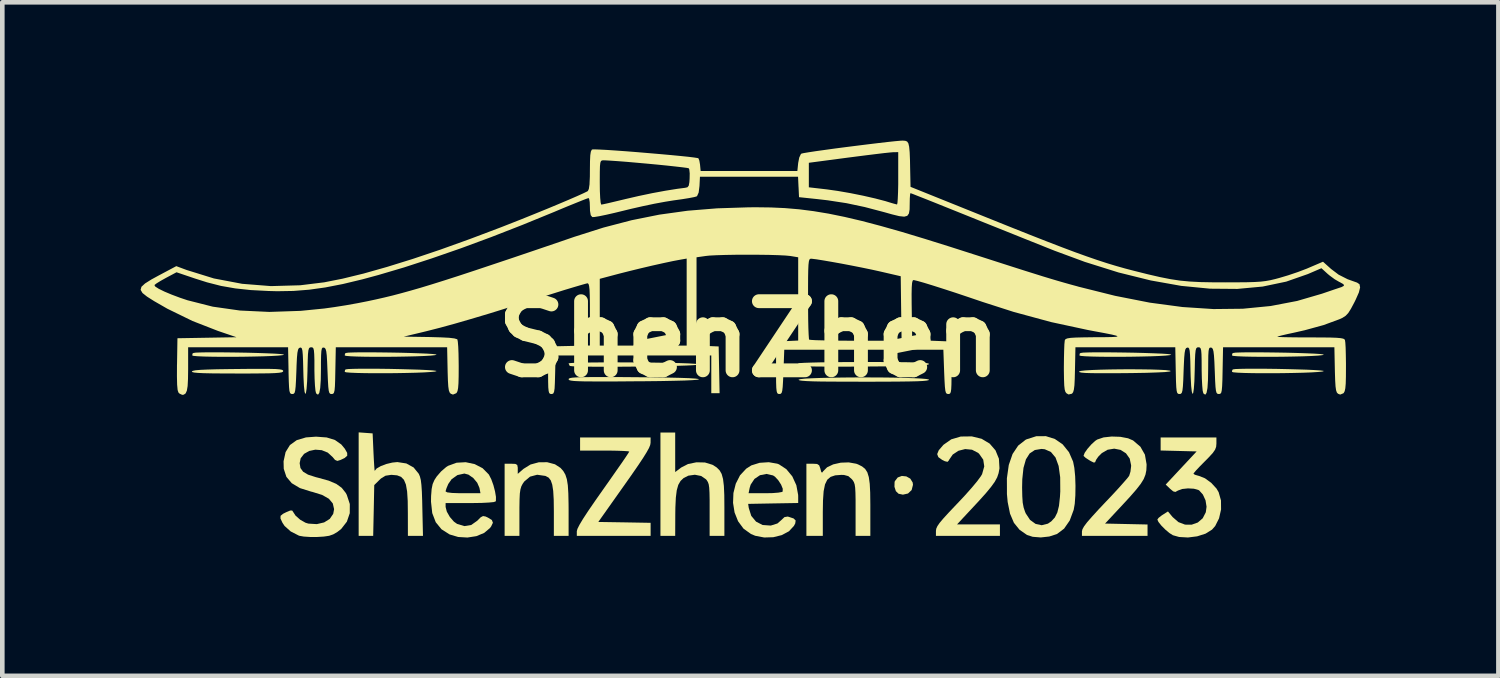
<source format=kicad_pcb>
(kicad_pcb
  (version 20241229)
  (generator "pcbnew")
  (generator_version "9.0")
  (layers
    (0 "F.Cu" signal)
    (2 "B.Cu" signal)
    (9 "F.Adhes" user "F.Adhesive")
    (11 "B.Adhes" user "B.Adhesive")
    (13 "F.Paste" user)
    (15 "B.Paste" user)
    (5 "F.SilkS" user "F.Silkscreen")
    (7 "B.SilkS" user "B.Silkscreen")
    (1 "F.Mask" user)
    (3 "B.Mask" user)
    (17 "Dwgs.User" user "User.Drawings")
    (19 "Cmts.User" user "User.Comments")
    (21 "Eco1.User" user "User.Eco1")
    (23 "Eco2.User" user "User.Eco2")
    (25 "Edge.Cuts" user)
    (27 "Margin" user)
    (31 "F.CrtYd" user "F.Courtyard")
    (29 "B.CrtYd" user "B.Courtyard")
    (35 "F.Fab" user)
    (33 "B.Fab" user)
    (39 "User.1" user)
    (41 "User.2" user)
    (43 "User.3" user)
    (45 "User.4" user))
  (footprint "ShenZhen"
    (layer "F.Cu")
    (at 13.197 4.305)
    (property "Reference" "ShenZhen" (at 0 0 0) (layer "F.SilkS") (effects (font (size 1.5 1.5) (thickness 0.3))))
    (attr board_only exclude_from_pos_files exclude_from_bom)
    (fp_poly (pts (xy 3.413 2.979) (xy 3.498 3.027) (xy 3.55 3.11) (xy 3.557 3.161) (xy 3.528 3.275) (xy 3.449 3.35) (xy 3.339 3.375) (xy 3.244 3.355) (xy 3.186 3.299) (xy 3.155 3.204) (xy 3.158 3.102) (xy 3.164 3.082) (xy 3.226 3.002) (xy 3.315 2.969)) (stroke (width 0) (type solid)) (fill yes) (layer "F.SilkS"))
    (fp_poly (pts (xy 8.518 0.657) (xy 8.725 0.66) (xy 8.902 0.666) (xy 9.04 0.673) (xy 9.126 0.684) (xy 9.151 0.694) (xy 9.119 0.705) (xy 9.019 0.716) (xy 8.851 0.724) (xy 8.62 0.732) (xy 8.328 0.737) (xy 8.152 0.739) (xy 7.848 0.741) (xy 7.609 0.741) (xy 7.428 0.739) (xy 7.298 0.735) (xy 7.215 0.728) (xy 7.17 0.718) (xy 7.159 0.705) (xy 7.159 0.703) (xy 7.197 0.691) (xy 7.295 0.68) (xy 7.442 0.671) (xy 7.626 0.664) (xy 7.837 0.659) (xy 8.064 0.656) (xy 8.294 0.655)) (stroke (width 0) (type solid)) (fill yes) (layer "F.SilkS"))
    (fp_poly (pts (xy -11.327 0.289) (xy -11.101 0.292) (xy -10.873 0.296) (xy -10.654 0.302) (xy -10.456 0.309) (xy -10.29 0.316) (xy -10.167 0.324) (xy -10.097 0.333) (xy -10.085 0.338) (xy -10.119 0.349) (xy -10.213 0.359) (xy -10.356 0.367) (xy -10.537 0.374) (xy -10.746 0.379) (xy -10.971 0.383) (xy -11.201 0.385) (xy -11.425 0.385) (xy -11.633 0.383) (xy -11.813 0.379) (xy -11.954 0.373) (xy -12.046 0.365) (xy -12.077 0.356) (xy -12.071 0.314) (xy -12.052 0.302) (xy -11.999 0.294) (xy -11.888 0.29) (xy -11.732 0.287) (xy -11.542 0.287)) (stroke (width 0) (type solid)) (fill yes) (layer "F.SilkS"))
    (fp_poly (pts (xy -8.019 0.289) (xy -7.792 0.292) (xy -7.564 0.296) (xy -7.346 0.302) (xy -7.148 0.309) (xy -6.982 0.316) (xy -6.858 0.324) (xy -6.788 0.333) (xy -6.777 0.338) (xy -6.811 0.349) (xy -6.905 0.359) (xy -7.048 0.367) (xy -7.229 0.374) (xy -7.437 0.379) (xy -7.662 0.383) (xy -7.892 0.385) (xy -8.117 0.385) (xy -8.324 0.383) (xy -8.505 0.379) (xy -8.646 0.373) (xy -8.738 0.365) (xy -8.769 0.356) (xy -8.763 0.314) (xy -8.744 0.302) (xy -8.69 0.294) (xy -8.58 0.29) (xy -8.424 0.287) (xy -8.233 0.287)) (stroke (width 0) (type solid)) (fill yes) (layer "F.SilkS"))
    (fp_poly (pts (xy -8.019 0.644) (xy -7.792 0.647) (xy -7.564 0.652) (xy -7.346 0.658) (xy -7.148 0.664) (xy -6.982 0.672) (xy -6.858 0.68) (xy -6.788 0.689) (xy -6.777 0.694) (xy -6.811 0.705) (xy -6.905 0.714) (xy -7.048 0.723) (xy -7.229 0.73) (xy -7.437 0.735) (xy -7.662 0.739) (xy -7.892 0.741) (xy -8.117 0.741) (xy -8.324 0.739) (xy -8.505 0.735) (xy -8.646 0.729) (xy -8.738 0.721) (xy -8.769 0.712) (xy -8.763 0.669) (xy -8.744 0.657) (xy -8.69 0.65) (xy -8.58 0.646) (xy -8.424 0.643) (xy -8.233 0.643)) (stroke (width 0) (type solid)) (fill yes) (layer "F.SilkS"))
    (fp_poly (pts (xy 7.918 0.289) (xy 8.145 0.292) (xy 8.373 0.296) (xy 8.591 0.302) (xy 8.789 0.309) (xy 8.956 0.316) (xy 9.079 0.324) (xy 9.149 0.333) (xy 9.16 0.338) (xy 9.127 0.349) (xy 9.033 0.359) (xy 8.89 0.367) (xy 8.708 0.374) (xy 8.5 0.379) (xy 8.275 0.383) (xy 8.045 0.385) (xy 7.821 0.385) (xy 7.613 0.383) (xy 7.433 0.379) (xy 7.291 0.373) (xy 7.199 0.365) (xy 7.168 0.356) (xy 7.174 0.314) (xy 7.193 0.302) (xy 7.247 0.294) (xy 7.357 0.29) (xy 7.513 0.287) (xy 7.704 0.287)) (stroke (width 0) (type solid)) (fill yes) (layer "F.SilkS"))
    (fp_poly (pts (xy 11.227 0.289) (xy 11.453 0.292) (xy 11.681 0.296) (xy 11.9 0.302) (xy 12.098 0.309) (xy 12.264 0.316) (xy 12.387 0.324) (xy 12.457 0.333) (xy 12.469 0.338) (xy 12.435 0.349) (xy 12.341 0.359) (xy 12.198 0.367) (xy 12.017 0.374) (xy 11.808 0.379) (xy 11.583 0.383) (xy 11.353 0.385) (xy 11.129 0.385) (xy 10.921 0.383) (xy 10.741 0.379) (xy 10.6 0.373) (xy 10.508 0.365) (xy 10.477 0.356) (xy 10.483 0.314) (xy 10.502 0.302) (xy 10.555 0.294) (xy 10.666 0.29) (xy 10.822 0.287) (xy 11.012 0.287)) (stroke (width 0) (type solid)) (fill yes) (layer "F.SilkS"))
    (fp_poly (pts (xy 11.227 0.644) (xy 11.453 0.647) (xy 11.681 0.652) (xy 11.9 0.658) (xy 12.098 0.664) (xy 12.264 0.672) (xy 12.387 0.68) (xy 12.457 0.689) (xy 12.469 0.694) (xy 12.435 0.705) (xy 12.341 0.714) (xy 12.198 0.723) (xy 12.017 0.73) (xy 11.808 0.735) (xy 11.583 0.739) (xy 11.353 0.741) (xy 11.129 0.741) (xy 10.921 0.739) (xy 10.741 0.735) (xy 10.6 0.729) (xy 10.508 0.721) (xy 10.477 0.712) (xy 10.483 0.669) (xy 10.502 0.657) (xy 10.555 0.65) (xy 10.666 0.646) (xy 10.822 0.643) (xy 11.012 0.643)) (stroke (width 0) (type solid)) (fill yes) (layer "F.SilkS"))
    (fp_poly (pts (xy -10.391 0.647) (xy -10.266 0.65) (xy -10.183 0.657) (xy -10.133 0.666) (xy -10.109 0.679) (xy -10.103 0.693) (xy -10.111 0.709) (xy -10.138 0.722) (xy -10.193 0.731) (xy -10.283 0.738) (xy -10.414 0.743) (xy -10.596 0.745) (xy -10.834 0.747) (xy -11.102 0.747) (xy -11.406 0.746) (xy -11.645 0.744) (xy -11.826 0.74) (xy -11.954 0.734) (xy -12.036 0.726) (xy -12.078 0.715) (xy -12.086 0.703) (xy -12.064 0.689) (xy -12.005 0.677) (xy -11.901 0.668) (xy -11.748 0.661) (xy -11.539 0.655) (xy -11.268 0.651) (xy -11.087 0.649) (xy -10.794 0.646) (xy -10.565 0.646)) (stroke (width 0) (type solid)) (fill yes) (layer "F.SilkS"))
    (fp_poly (pts (xy -2.602 0.506) (xy -2.499 0.507) (xy -2.107 0.51) (xy -1.776 0.515) (xy -1.507 0.521) (xy -1.303 0.528) (xy -1.164 0.537) (xy -1.094 0.546) (xy -1.085 0.551) (xy -1.119 0.559) (xy -1.215 0.567) (xy -1.364 0.574) (xy -1.556 0.58) (xy -1.782 0.586) (xy -2.033 0.59) (xy -2.299 0.594) (xy -2.572 0.598) (xy -2.842 0.6) (xy -3.1 0.6) (xy -3.337 0.6) (xy -3.543 0.598) (xy -3.709 0.595) (xy -3.826 0.59) (xy -3.884 0.583) (xy -3.889 0.581) (xy -3.913 0.53) (xy -3.913 0.527) (xy -3.879 0.521) (xy -3.781 0.515) (xy -3.627 0.511) (xy -3.425 0.508) (xy -3.181 0.506) (xy -2.904 0.505)) (stroke (width 0) (type solid)) (fill yes) (layer "F.SilkS"))
    (fp_poly (pts (xy -3.023 0.824) (xy -2.701 0.825) (xy -2.499 0.827) (xy -2.107 0.83) (xy -1.776 0.835) (xy -1.507 0.841) (xy -1.303 0.848) (xy -1.164 0.857) (xy -1.094 0.866) (xy -1.085 0.872) (xy -1.12 0.882) (xy -1.225 0.891) (xy -1.396 0.899) (xy -1.633 0.905) (xy -1.933 0.911) (xy -2.295 0.915) (xy -2.499 0.916) (xy -2.857 0.919) (xy -3.149 0.92) (xy -3.383 0.919) (xy -3.565 0.918) (xy -3.701 0.914) (xy -3.797 0.909) (xy -3.86 0.901) (xy -3.896 0.892) (xy -3.911 0.879) (xy -3.913 0.872) (xy -3.907 0.858) (xy -3.883 0.847) (xy -3.835 0.838) (xy -3.758 0.832) (xy -3.644 0.827) (xy -3.488 0.825) (xy -3.283 0.824)) (stroke (width 0) (type solid)) (fill yes) (layer "F.SilkS"))
    (fp_poly (pts (xy 2.863 0.833) (xy 3.122 0.836) (xy 3.359 0.841) (xy 3.565 0.848) (xy 3.73 0.856) (xy 3.845 0.866) (xy 3.901 0.877) (xy 3.904 0.88) (xy 3.894 0.892) (xy 3.852 0.901) (xy 3.773 0.909) (xy 3.651 0.915) (xy 3.482 0.919) (xy 3.259 0.922) (xy 2.977 0.924) (xy 2.632 0.925) (xy 2.49 0.925) (xy 2.12 0.924) (xy 1.816 0.923) (xy 1.573 0.921) (xy 1.385 0.917) (xy 1.246 0.911) (xy 1.152 0.904) (xy 1.097 0.896) (xy 1.076 0.885) (xy 1.076 0.88) (xy 1.114 0.869) (xy 1.214 0.858) (xy 1.367 0.85) (xy 1.563 0.843) (xy 1.792 0.838) (xy 2.046 0.834) (xy 2.316 0.832) (xy 2.591 0.832)) (stroke (width 0) (type solid)) (fill yes) (layer "F.SilkS"))
    (fp_poly (pts (xy 2.863 0.498) (xy 3.166 0.5) (xy 3.409 0.502) (xy 3.597 0.506) (xy 3.735 0.512) (xy 3.829 0.519) (xy 3.883 0.527) (xy 3.904 0.538) (xy 3.904 0.543) (xy 3.885 0.554) (xy 3.83 0.564) (xy 3.737 0.573) (xy 3.598 0.58) (xy 3.409 0.585) (xy 3.165 0.59) (xy 2.859 0.593) (xy 2.502 0.596) (xy 2.195 0.598) (xy 1.91 0.598) (xy 1.655 0.597) (xy 1.439 0.595) (xy 1.268 0.592) (xy 1.15 0.588) (xy 1.095 0.583) (xy 1.091 0.581) (xy 1.067 0.531) (xy 1.067 0.528) (xy 1.102 0.521) (xy 1.199 0.515) (xy 1.354 0.51) (xy 1.556 0.505) (xy 1.8 0.502) (xy 2.077 0.499) (xy 2.38 0.498) (xy 2.493 0.498)) (stroke (width 0) (type solid)) (fill yes) (layer "F.SilkS"))
    (fp_poly (pts (xy -2.135 2.25) (xy -2.143 2.298) (xy -2.17 2.364) (xy -2.221 2.456) (xy -2.298 2.58) (xy -2.406 2.742) (xy -2.549 2.949) (xy -2.702 3.166) (xy -3.269 3.967) (xy -2.702 3.976) (xy -2.134 3.986) (xy -2.134 4.127) (xy -2.134 4.269) (xy -2.935 4.269) (xy -3.735 4.269) (xy -3.735 4.168) (xy -3.721 4.116) (xy -3.677 4.028) (xy -3.601 3.901) (xy -3.489 3.73) (xy -3.339 3.511) (xy -3.166 3.265) (xy -3.018 3.055) (xy -2.884 2.863) (xy -2.769 2.699) (xy -2.68 2.569) (xy -2.621 2.48) (xy -2.597 2.441) (xy -2.597 2.44) (xy -2.63 2.433) (xy -2.723 2.427) (xy -2.862 2.422) (xy -3.035 2.419) (xy -3.131 2.419) (xy -3.664 2.419) (xy -3.664 2.277) (xy -3.664 2.134) (xy -2.899 2.134) (xy -2.134 2.134)) (stroke (width 0) (type solid)) (fill yes) (layer "F.SilkS"))
    (fp_poly (pts (xy -8.315 2.035) (xy -8.164 2.046) (xy -8.145 2.472) (xy -8.137 2.632) (xy -8.129 2.758) (xy -8.123 2.838) (xy -8.118 2.859) (xy -8.118 2.858) (xy -8.078 2.808) (xy -7.988 2.756) (xy -7.867 2.71) (xy -7.737 2.679) (xy -7.628 2.668) (xy -7.433 2.698) (xy -7.275 2.785) (xy -7.162 2.924) (xy -7.138 2.982) (xy -7.119 3.057) (xy -7.106 3.163) (xy -7.096 3.311) (xy -7.089 3.512) (xy -7.086 3.655) (xy -7.072 4.269) (xy -7.236 4.269) (xy -7.399 4.269) (xy -7.4 3.78) (xy -7.403 3.511) (xy -7.416 3.306) (xy -7.442 3.156) (xy -7.485 3.053) (xy -7.547 2.989) (xy -7.633 2.956) (xy -7.745 2.946) (xy -7.767 2.946) (xy -7.885 2.964) (xy -7.983 3.024) (xy -8.019 3.058) (xy -8.129 3.167) (xy -8.14 3.718) (xy -8.152 4.269) (xy -8.309 4.269) (xy -8.467 4.269) (xy -8.467 3.146) (xy -8.467 2.024)) (stroke (width 0) (type solid)) (fill yes) (layer "F.SilkS"))
    (fp_poly (pts (xy -1.601 2.456) (xy -1.601 2.885) (xy -1.472 2.787) (xy -1.322 2.71) (xy -1.14 2.673) (xy -0.955 2.677) (xy -0.795 2.726) (xy -0.785 2.731) (xy -0.702 2.784) (xy -0.639 2.846) (xy -0.593 2.926) (xy -0.563 3.036) (xy -0.545 3.185) (xy -0.536 3.384) (xy -0.534 3.643) (xy -0.534 3.655) (xy -0.534 4.269) (xy -0.694 4.269) (xy -0.854 4.269) (xy -0.854 3.702) (xy -0.854 3.488) (xy -0.857 3.333) (xy -0.863 3.225) (xy -0.874 3.151) (xy -0.892 3.101) (xy -0.917 3.061) (xy -0.934 3.041) (xy -1.038 2.97) (xy -1.174 2.943) (xy -1.316 2.963) (xy -1.418 3.014) (xy -1.485 3.078) (xy -1.534 3.163) (xy -1.567 3.28) (xy -1.587 3.44) (xy -1.597 3.654) (xy -1.599 3.798) (xy -1.601 4.269) (xy -1.761 4.269) (xy -1.921 4.269) (xy -1.921 3.148) (xy -1.921 2.028) (xy -1.761 2.028) (xy -1.601 2.028)) (stroke (width 0) (type solid)) (fill yes) (layer "F.SilkS"))
    (fp_poly (pts (xy -4.209 2.716) (xy -4.088 2.795) (xy -4.028 2.863) (xy -3.983 2.941) (xy -3.951 3.04) (xy -3.93 3.172) (xy -3.919 3.348) (xy -3.914 3.578) (xy -3.913 3.709) (xy -3.913 4.269) (xy -4.073 4.269) (xy -4.233 4.269) (xy -4.233 3.734) (xy -4.236 3.483) (xy -4.247 3.294) (xy -4.268 3.158) (xy -4.3 3.065) (xy -4.347 3.005) (xy -4.411 2.971) (xy -4.42 2.968) (xy -4.595 2.943) (xy -4.749 2.984) (xy -4.874 3.089) (xy -4.911 3.142) (xy -4.939 3.196) (xy -4.958 3.261) (xy -4.971 3.35) (xy -4.977 3.477) (xy -4.98 3.654) (xy -4.98 3.762) (xy -4.98 4.269) (xy -5.14 4.269) (xy -5.301 4.269) (xy -5.301 3.486) (xy -5.301 2.704) (xy -5.158 2.704) (xy -5.067 2.708) (xy -5.027 2.731) (xy -5.016 2.788) (xy -5.016 2.814) (xy -5.016 2.924) (xy -4.892 2.816) (xy -4.739 2.721) (xy -4.561 2.673) (xy -4.378 2.671)) (stroke (width 0) (type solid)) (fill yes) (layer "F.SilkS"))
    (fp_poly (pts (xy 2.326 2.704) (xy 2.366 2.719) (xy 2.453 2.763) (xy 2.519 2.816) (xy 2.567 2.891) (xy 2.599 2.995) (xy 2.619 3.139) (xy 2.629 3.334) (xy 2.632 3.587) (xy 2.632 3.637) (xy 2.632 4.269) (xy 2.472 4.269) (xy 2.312 4.269) (xy 2.312 3.702) (xy 2.312 3.488) (xy 2.309 3.333) (xy 2.303 3.225) (xy 2.292 3.152) (xy 2.274 3.101) (xy 2.249 3.061) (xy 2.23 3.039) (xy 2.155 2.973) (xy 2.062 2.948) (xy 2.001 2.946) (xy 1.87 2.956) (xy 1.771 2.989) (xy 1.698 3.051) (xy 1.649 3.152) (xy 1.619 3.3) (xy 1.605 3.502) (xy 1.601 3.751) (xy 1.601 4.269) (xy 1.423 4.269) (xy 1.245 4.269) (xy 1.245 3.486) (xy 1.245 2.704) (xy 1.385 2.704) (xy 1.477 2.709) (xy 1.522 2.738) (xy 1.547 2.806) (xy 1.549 2.816) (xy 1.569 2.887) (xy 1.589 2.895) (xy 1.607 2.869) (xy 1.693 2.782) (xy 1.827 2.718) (xy 1.991 2.681) (xy 2.163 2.675)) (stroke (width 0) (type solid)) (fill yes) (layer "F.SilkS"))
    (fp_poly (pts (xy 5.046 2.163) (xy 5.22 2.267) (xy 5.347 2.414) (xy 5.421 2.595) (xy 5.433 2.801) (xy 5.431 2.816) (xy 5.414 2.909) (xy 5.383 3) (xy 5.33 3.097) (xy 5.249 3.209) (xy 5.135 3.347) (xy 4.979 3.52) (xy 4.872 3.635) (xy 4.513 4.02) (xy 4.978 4.02) (xy 5.443 4.02) (xy 5.443 4.144) (xy 5.443 4.269) (xy 4.749 4.269) (xy 4.055 4.269) (xy 4.055 4.159) (xy 4.062 4.112) (xy 4.087 4.057) (xy 4.136 3.986) (xy 4.216 3.891) (xy 4.333 3.763) (xy 4.493 3.594) (xy 4.523 3.563) (xy 4.687 3.388) (xy 4.831 3.226) (xy 4.947 3.087) (xy 5.026 2.98) (xy 5.056 2.93) (xy 5.103 2.762) (xy 5.081 2.616) (xy 4.992 2.489) (xy 4.969 2.468) (xy 4.837 2.4) (xy 4.689 2.386) (xy 4.543 2.423) (xy 4.419 2.505) (xy 4.336 2.626) (xy 4.331 2.639) (xy 4.306 2.663) (xy 4.25 2.65) (xy 4.189 2.62) (xy 4.107 2.561) (xy 4.082 2.495) (xy 4.116 2.412) (xy 4.21 2.303) (xy 4.22 2.292) (xy 4.387 2.175) (xy 4.594 2.114) (xy 4.833 2.111)) (stroke (width 0) (type solid)) (fill yes) (layer "F.SilkS"))
    (fp_poly (pts (xy 8.053 2.12) (xy 8.222 2.152) (xy 8.331 2.199) (xy 8.49 2.335) (xy 8.588 2.507) (xy 8.624 2.715) (xy 8.624 2.739) (xy 8.619 2.846) (xy 8.6 2.941) (xy 8.562 3.036) (xy 8.497 3.141) (xy 8.4 3.265) (xy 8.264 3.421) (xy 8.111 3.587) (xy 7.724 4.002) (xy 8.184 4.012) (xy 8.645 4.022) (xy 8.645 4.145) (xy 8.645 4.269) (xy 7.933 4.269) (xy 7.222 4.269) (xy 7.222 4.171) (xy 7.233 4.125) (xy 7.268 4.062) (xy 7.334 3.974) (xy 7.436 3.857) (xy 7.578 3.701) (xy 7.714 3.557) (xy 7.868 3.395) (xy 8.006 3.246) (xy 8.12 3.118) (xy 8.203 3.023) (xy 8.245 2.968) (xy 8.247 2.964) (xy 8.274 2.878) (xy 8.288 2.764) (xy 8.289 2.739) (xy 8.258 2.592) (xy 8.177 2.478) (xy 8.06 2.404) (xy 7.922 2.377) (xy 7.778 2.401) (xy 7.653 2.474) (xy 7.577 2.55) (xy 7.528 2.621) (xy 7.524 2.632) (xy 7.507 2.673) (xy 7.477 2.678) (xy 7.416 2.648) (xy 7.38 2.627) (xy 7.302 2.576) (xy 7.26 2.537) (xy 7.257 2.531) (xy 7.281 2.468) (xy 7.342 2.381) (xy 7.423 2.288) (xy 7.506 2.211) (xy 7.552 2.18) (xy 7.691 2.133) (xy 7.867 2.114)) (stroke (width 0) (type solid)) (fill yes) (layer "F.SilkS"))
    (fp_poly (pts (xy 0.613 2.703) (xy 0.65 2.717) (xy 0.81 2.822) (xy 0.939 2.978) (xy 1.027 3.17) (xy 1.066 3.381) (xy 1.067 3.419) (xy 1.067 3.556) (xy 0.525 3.565) (xy -0.018 3.575) (xy -0.005 3.664) (xy 0.049 3.835) (xy 0.153 3.96) (xy 0.295 4.033) (xy 0.466 4.045) (xy 0.477 4.044) (xy 0.617 4) (xy 0.699 3.928) (xy 0.769 3.862) (xy 0.839 3.85) (xy 0.859 3.855) (xy 0.967 3.891) (xy 1.012 3.935) (xy 1.003 3.999) (xy 0.975 4.052) (xy 0.867 4.169) (xy 0.712 4.252) (xy 0.528 4.298) (xy 0.33 4.304) (xy 0.136 4.267) (xy 0.042 4.228) (xy -0.119 4.112) (xy -0.237 3.952) (xy -0.313 3.761) (xy -0.346 3.553) (xy -0.338 3.344) (xy -0.009 3.344) (xy 0.349 3.344) (xy 0.51 3.341) (xy 0.636 3.331) (xy 0.713 3.317) (xy 0.73 3.308) (xy 0.732 3.246) (xy 0.696 3.157) (xy 0.635 3.063) (xy 0.564 2.986) (xy 0.522 2.958) (xy 0.378 2.925) (xy 0.238 2.953) (xy 0.118 3.034) (xy 0.036 3.158) (xy 0.014 3.23) (xy -0.009 3.344) (xy -0.338 3.344) (xy -0.338 3.34) (xy -0.287 3.137) (xy -0.195 2.956) (xy -0.06 2.811) (xy 0.051 2.74) (xy 0.231 2.684) (xy 0.429 2.671)) (stroke (width 0) (type solid)) (fill yes) (layer "F.SilkS"))
    (fp_poly (pts (xy 6.634 2.167) (xy 6.804 2.284) (xy 6.941 2.454) (xy 7.03 2.658) (xy 7.057 2.793) (xy 7.075 2.976) (xy 7.082 3.183) (xy 7.079 3.39) (xy 7.066 3.574) (xy 7.043 3.704) (xy 6.957 3.936) (xy 6.835 4.112) (xy 6.683 4.227) (xy 6.677 4.23) (xy 6.513 4.283) (xy 6.329 4.303) (xy 6.154 4.289) (xy 6.03 4.249) (xy 5.868 4.136) (xy 5.746 3.985) (xy 5.662 3.787) (xy 5.611 3.535) (xy 5.595 3.362) (xy 5.595 3.219) (xy 5.924 3.219) (xy 5.928 3.409) (xy 5.937 3.547) (xy 5.957 3.653) (xy 5.988 3.746) (xy 6.003 3.781) (xy 6.096 3.922) (xy 6.216 4.009) (xy 6.349 4.038) (xy 6.484 4.004) (xy 6.558 3.953) (xy 6.635 3.869) (xy 6.688 3.762) (xy 6.724 3.618) (xy 6.745 3.425) (xy 6.752 3.306) (xy 6.75 2.997) (xy 6.716 2.752) (xy 6.649 2.569) (xy 6.549 2.449) (xy 6.416 2.39) (xy 6.344 2.383) (xy 6.2 2.407) (xy 6.088 2.481) (xy 6.007 2.609) (xy 5.954 2.794) (xy 5.928 3.04) (xy 5.924 3.219) (xy 5.595 3.219) (xy 5.594 3.021) (xy 5.635 2.731) (xy 5.717 2.493) (xy 5.839 2.311) (xy 5.999 2.185) (xy 6.019 2.175) (xy 6.232 2.107) (xy 6.44 2.106)) (stroke (width 0) (type solid)) (fill yes) (layer "F.SilkS"))
    (fp_poly (pts (xy 10.139 2.269) (xy 10.133 2.337) (xy 10.11 2.399) (xy 10.061 2.47) (xy 9.975 2.564) (xy 9.89 2.65) (xy 9.784 2.757) (xy 9.7 2.846) (xy 9.65 2.905) (xy 9.641 2.921) (xy 9.672 2.943) (xy 9.747 2.965) (xy 9.757 2.967) (xy 9.891 3.02) (xy 10.027 3.119) (xy 10.141 3.243) (xy 10.187 3.321) (xy 10.238 3.5) (xy 10.24 3.696) (xy 10.196 3.889) (xy 10.112 4.056) (xy 10.043 4.134) (xy 9.903 4.221) (xy 9.721 4.279) (xy 9.522 4.304) (xy 9.33 4.293) (xy 9.195 4.255) (xy 9.119 4.207) (xy 9.029 4.131) (xy 8.943 4.044) (xy 8.881 3.966) (xy 8.858 3.915) (xy 8.885 3.878) (xy 8.953 3.825) (xy 8.973 3.812) (xy 9.088 3.739) (xy 9.188 3.86) (xy 9.316 3.971) (xy 9.459 4.025) (xy 9.603 4.026) (xy 9.735 3.979) (xy 9.842 3.887) (xy 9.909 3.756) (xy 9.925 3.636) (xy 9.903 3.498) (xy 9.845 3.372) (xy 9.766 3.284) (xy 9.749 3.274) (xy 9.65 3.246) (xy 9.522 3.239) (xy 9.396 3.252) (xy 9.304 3.286) (xy 9.301 3.288) (xy 9.249 3.316) (xy 9.202 3.304) (xy 9.135 3.248) (xy 9.039 3.156) (xy 9.375 2.796) (xy 9.71 2.437) (xy 9.32 2.427) (xy 8.929 2.417) (xy 8.929 2.276) (xy 8.929 2.134) (xy 9.534 2.134) (xy 10.139 2.134)) (stroke (width 0) (type solid)) (fill yes) (layer "F.SilkS"))
    (fp_poly (pts (xy -5.951 2.712) (xy -5.779 2.801) (xy -5.647 2.934) (xy -5.641 2.942) (xy -5.59 3.042) (xy -5.544 3.169) (xy -5.509 3.304) (xy -5.489 3.423) (xy -5.49 3.506) (xy -5.496 3.522) (xy -5.539 3.536) (xy -5.643 3.546) (xy -5.798 3.554) (xy -5.993 3.557) (xy -6.05 3.557) (xy -6.581 3.557) (xy -6.581 3.641) (xy -6.555 3.743) (xy -6.489 3.859) (xy -6.401 3.96) (xy -6.331 4.01) (xy -6.173 4.057) (xy -6.026 4.033) (xy -5.895 3.941) (xy -5.891 3.937) (xy -5.819 3.865) (xy -5.769 3.839) (xy -5.714 3.849) (xy -5.664 3.872) (xy -5.578 3.925) (xy -5.555 3.984) (xy -5.593 4.064) (xy -5.62 4.1) (xy -5.745 4.205) (xy -5.914 4.275) (xy -6.108 4.305) (xy -6.308 4.293) (xy -6.494 4.238) (xy -6.67 4.126) (xy -6.795 3.973) (xy -6.871 3.775) (xy -6.898 3.527) (xy -6.896 3.405) (xy -6.888 3.305) (xy -6.581 3.305) (xy -6.546 3.325) (xy -6.44 3.338) (xy -6.265 3.344) (xy -6.203 3.344) (xy -5.825 3.344) (xy -5.847 3.228) (xy -5.895 3.117) (xy -5.981 3.014) (xy -6.085 2.941) (xy -6.174 2.917) (xy -6.324 2.95) (xy -6.451 3.04) (xy -6.523 3.143) (xy -6.561 3.233) (xy -6.581 3.298) (xy -6.581 3.305) (xy -6.888 3.305) (xy -6.884 3.253) (xy -6.862 3.145) (xy -6.823 3.056) (xy -6.775 2.982) (xy -6.681 2.873) (xy -6.57 2.777) (xy -6.526 2.749) (xy -6.343 2.682) (xy -6.145 2.671)) (stroke (width 0) (type solid)) (fill yes) (layer "F.SilkS"))
    (fp_poly (pts (xy -9.161 2.134) (xy -8.982 2.189) (xy -8.844 2.286) (xy -8.767 2.379) (xy -8.716 2.469) (xy -8.715 2.53) (xy -8.771 2.58) (xy -8.862 2.623) (xy -8.93 2.643) (xy -8.98 2.621) (xy -9.031 2.56) (xy -9.137 2.463) (xy -9.268 2.41) (xy -9.407 2.399) (xy -9.54 2.427) (xy -9.651 2.49) (xy -9.725 2.586) (xy -9.747 2.692) (xy -9.73 2.797) (xy -9.672 2.877) (xy -9.565 2.941) (xy -9.397 2.995) (xy -9.342 3.009) (xy -9.118 3.071) (xy -8.953 3.141) (xy -8.834 3.227) (xy -8.748 3.336) (xy -8.725 3.378) (xy -8.659 3.578) (xy -8.66 3.777) (xy -8.723 3.961) (xy -8.845 4.118) (xy -8.929 4.184) (xy -9.018 4.236) (xy -9.107 4.267) (xy -9.221 4.284) (xy -9.368 4.293) (xy -9.519 4.293) (xy -9.657 4.284) (xy -9.754 4.267) (xy -9.765 4.263) (xy -9.941 4.173) (xy -10.074 4.054) (xy -10.121 3.983) (xy -10.163 3.891) (xy -10.161 3.834) (xy -10.106 3.789) (xy -10.042 3.757) (xy -9.954 3.72) (xy -9.909 3.719) (xy -9.894 3.741) (xy -9.836 3.83) (xy -9.736 3.918) (xy -9.62 3.984) (xy -9.557 4.003) (xy -9.375 4.014) (xy -9.216 3.977) (xy -9.094 3.901) (xy -9.019 3.791) (xy -9 3.69) (xy -9.028 3.566) (xy -9.113 3.464) (xy -9.259 3.381) (xy -9.471 3.315) (xy -9.498 3.309) (xy -9.74 3.233) (xy -9.919 3.126) (xy -10.035 2.988) (xy -10.092 2.815) (xy -10.096 2.651) (xy -10.052 2.451) (xy -9.958 2.299) (xy -9.811 2.193) (xy -9.61 2.133) (xy -9.392 2.117)) (stroke (width 0) (type solid)) (fill yes) (layer "F.SilkS"))
    (fp_poly (pts (xy 3.39 -4.301) (xy 3.43 -4.285) (xy 3.457 -4.245) (xy 3.474 -4.172) (xy 3.485 -4.055) (xy 3.492 -3.884) (xy 3.495 -3.723) (xy 3.504 -3.302) (xy 5.176 -2.629) (xy 5.659 -2.435) (xy 6.083 -2.266) (xy 6.455 -2.12) (xy 6.782 -1.994) (xy 7.069 -1.886) (xy 7.325 -1.794) (xy 7.554 -1.715) (xy 7.765 -1.646) (xy 7.964 -1.586) (xy 8.158 -1.531) (xy 8.342 -1.483) (xy 8.653 -1.405) (xy 8.913 -1.345) (xy 9.14 -1.3) (xy 9.351 -1.268) (xy 9.564 -1.248) (xy 9.795 -1.236) (xy 10.064 -1.231) (xy 10.334 -1.23) (xy 10.601 -1.231) (xy 10.809 -1.233) (xy 10.971 -1.238) (xy 11.1 -1.246) (xy 11.208 -1.259) (xy 11.309 -1.277) (xy 11.414 -1.302) (xy 11.5 -1.325) (xy 11.695 -1.383) (xy 11.908 -1.455) (xy 12.1 -1.528) (xy 12.149 -1.549) (xy 12.451 -1.678) (xy 12.626 -1.521) (xy 12.79 -1.397) (xy 12.985 -1.298) (xy 13.19 -1.225) (xy 13.243 -1.189) (xy 13.256 -1.12) (xy 13.229 -1.011) (xy 13.16 -0.855) (xy 13.132 -0.798) (xy 13.057 -0.657) (xy 12.999 -0.565) (xy 12.942 -0.505) (xy 12.874 -0.461) (xy 12.804 -0.429) (xy 12.464 -0.304) (xy 12.056 -0.192) (xy 11.823 -0.139) (xy 11.674 -0.107) (xy 11.554 -0.079) (xy 11.477 -0.058) (xy 11.458 -0.051) (xy 11.488 -0.046) (xy 11.578 -0.042) (xy 11.718 -0.039) (xy 11.899 -0.037) (xy 12.111 -0.036) (xy 12.174 -0.036) (xy 12.424 -0.035) (xy 12.611 -0.033) (xy 12.745 -0.028) (xy 12.835 -0.02) (xy 12.89 -0.009) (xy 12.918 0.007) (xy 12.927 0.021) (xy 12.935 0.075) (xy 12.942 0.186) (xy 12.946 0.34) (xy 12.949 0.522) (xy 12.949 0.603) (xy 12.948 0.815) (xy 12.944 0.966) (xy 12.935 1.068) (xy 12.921 1.131) (xy 12.901 1.168) (xy 12.893 1.176) (xy 12.824 1.204) (xy 12.777 1.186) (xy 12.752 1.16) (xy 12.735 1.111) (xy 12.723 1.028) (xy 12.715 0.899) (xy 12.709 0.713) (xy 12.708 0.663) (xy 12.698 0.178) (xy 11.49 0.178) (xy 10.283 0.178) (xy 10.273 0.685) (xy 10.269 0.884) (xy 10.263 1.023) (xy 10.255 1.112) (xy 10.243 1.163) (xy 10.224 1.186) (xy 10.198 1.192) (xy 10.192 1.192) (xy 10.164 1.188) (xy 10.143 1.168) (xy 10.129 1.121) (xy 10.119 1.037) (xy 10.111 0.904) (xy 10.104 0.713) (xy 10.103 0.694) (xy 10.095 0.495) (xy 10.086 0.356) (xy 10.075 0.266) (xy 10.06 0.214) (xy 10.04 0.19) (xy 10.023 0.185) (xy 9.998 0.185) (xy 9.98 0.206) (xy 9.969 0.258) (xy 9.963 0.352) (xy 9.961 0.498) (xy 9.96 0.647) (xy 9.956 0.889) (xy 9.945 1.061) (xy 9.925 1.167) (xy 9.897 1.207) (xy 9.86 1.182) (xy 9.855 1.174) (xy 9.841 1.12) (xy 9.831 1.01) (xy 9.823 0.859) (xy 9.819 0.682) (xy 9.819 0.649) (xy 9.818 0.458) (xy 9.815 0.327) (xy 9.808 0.245) (xy 9.795 0.2) (xy 9.775 0.181) (xy 9.748 0.178) (xy 9.721 0.182) (xy 9.701 0.202) (xy 9.688 0.248) (xy 9.679 0.331) (xy 9.673 0.462) (xy 9.669 0.651) (xy 9.668 0.685) (xy 9.661 0.917) (xy 9.649 1.079) (xy 9.635 1.17) (xy 9.62 1.19) (xy 9.605 1.139) (xy 9.591 1.017) (xy 9.581 0.825) (xy 9.577 0.682) (xy 9.573 0.482) (xy 9.567 0.343) (xy 9.559 0.253) (xy 9.546 0.204) (xy 9.528 0.185) (xy 9.506 0.185) (xy 9.481 0.197) (xy 9.463 0.231) (xy 9.45 0.298) (xy 9.44 0.407) (xy 9.432 0.57) (xy 9.427 0.694) (xy 9.42 0.891) (xy 9.412 1.028) (xy 9.402 1.116) (xy 9.388 1.165) (xy 9.368 1.187) (xy 9.341 1.192) (xy 9.338 1.192) (xy 9.31 1.188) (xy 9.29 1.169) (xy 9.277 1.124) (xy 9.268 1.042) (xy 9.262 0.913) (xy 9.258 0.726) (xy 9.257 0.685) (xy 9.247 0.178) (xy 8.164 0.178) (xy 7.081 0.178) (xy 7.071 0.663) (xy 7.066 0.864) (xy 7.059 1.004) (xy 7.047 1.096) (xy 7.031 1.152) (xy 7.008 1.182) (xy 7.002 1.186) (xy 6.932 1.202) (xy 6.887 1.176) (xy 6.864 1.147) (xy 6.848 1.094) (xy 6.838 1.006) (xy 6.833 0.874) (xy 6.83 0.685) (xy 6.83 0.603) (xy 6.832 0.413) (xy 6.836 0.246) (xy 6.841 0.115) (xy 6.849 0.035) (xy 6.852 0.021) (xy 6.869 0.000085) (xy 6.907 -0.015) (xy 6.977 -0.026) (xy 7.088 -0.033) (xy 7.25 -0.037) (xy 7.472 -0.04) (xy 7.501 -0.04) (xy 7.713 -0.041) (xy 7.868 -0.044) (xy 7.962 -0.049) (xy 7.996 -0.059) (xy 7.967 -0.074) (xy 7.873 -0.097) (xy 7.714 -0.129) (xy 7.487 -0.171) (xy 7.346 -0.198) (xy 6.556 -0.368) (xy 5.741 -0.589) (xy 5.069 -0.805) (xy 4.762 -0.909) (xy 4.473 -1.006) (xy 4.211 -1.091) (xy 3.982 -1.164) (xy 3.796 -1.221) (xy 3.658 -1.26) (xy 3.578 -1.279) (xy 3.566 -1.28) (xy 3.549 -1.265) (xy 3.537 -1.215) (xy 3.53 -1.121) (xy 3.527 -0.976) (xy 3.528 -0.772) (xy 3.53 -0.631) (xy 3.54 0.018) (xy 3.967 0.036) (xy 4.393 0.053) (xy 4.393 0.623) (xy 4.393 0.835) (xy 4.391 0.987) (xy 4.386 1.089) (xy 4.377 1.149) (xy 4.362 1.18) (xy 4.34 1.191) (xy 4.322 1.192) (xy 4.293 1.187) (xy 4.273 1.167) (xy 4.259 1.119) (xy 4.249 1.033) (xy 4.241 0.898) (xy 4.233 0.711) (xy 4.216 0.231) (xy 2.49 0.231) (xy 0.765 0.231) (xy 0.747 0.711) (xy 0.739 0.905) (xy 0.731 1.038) (xy 0.721 1.122) (xy 0.707 1.168) (xy 0.686 1.188) (xy 0.658 1.192) (xy 0.632 1.188) (xy 0.613 1.172) (xy 0.6 1.131) (xy 0.592 1.057) (xy 0.588 0.938) (xy 0.587 0.765) (xy 0.587 0.623) (xy 0.587 0.053) (xy 0.827 0.043) (xy 1.067 0.032) (xy 1.067 -0.871) (xy 1.067 -0.877) (xy 1.281 -0.877) (xy 1.282 -0.636) (xy 1.284 -0.419) (xy 1.288 -0.235) (xy 1.294 -0.096) (xy 1.3 -0.011) (xy 1.304 0.012) (xy 1.345 0.018) (xy 1.447 0.024) (xy 1.602 0.028) (xy 1.8 0.032) (xy 2.032 0.035) (xy 2.288 0.036) (xy 2.319 0.036) (xy 3.31 0.036) (xy 3.3 -0.664) (xy 3.291 -1.363) (xy 2.846 -1.466) (xy 2.665 -1.506) (xy 2.457 -1.549) (xy 2.235 -1.593) (xy 2.011 -1.636) (xy 1.799 -1.674) (xy 1.612 -1.706) (xy 1.463 -1.73) (xy 1.366 -1.742) (xy 1.344 -1.743) (xy 1.324 -1.739) (xy 1.309 -1.721) (xy 1.298 -1.68) (xy 1.29 -1.609) (xy 1.285 -1.499) (xy 1.282 -1.343) (xy 1.281 -1.131) (xy 1.281 -0.877) (xy 1.067 -0.877) (xy 1.067 -1.774) (xy 0.898 -1.802) (xy 0.796 -1.812) (xy 0.636 -1.82) (xy 0.435 -1.826) (xy 0.205 -1.829) (xy -0.038 -1.83) (xy -0.28 -1.829) (xy -0.507 -1.825) (xy -0.704 -1.819) (xy -0.858 -1.811) (xy -0.934 -1.803) (xy -1.138 -1.774) (xy -1.138 -0.817) (xy -1.138 0.139) (xy -0.898 0.15) (xy -0.658 0.16) (xy -0.648 0.667) (xy -0.638 1.174) (xy -0.728 1.174) (xy -0.818 1.174) (xy -0.818 0.765) (xy -0.818 0.356) (xy -2.507 0.356) (xy -4.196 0.356) (xy -4.206 0.774) (xy -4.211 0.952) (xy -4.217 1.071) (xy -4.228 1.142) (xy -4.244 1.178) (xy -4.269 1.191) (xy -4.287 1.192) (xy -4.314 1.188) (xy -4.334 1.17) (xy -4.346 1.127) (xy -4.354 1.048) (xy -4.357 0.923) (xy -4.358 0.74) (xy -4.358 0.676) (xy -4.358 0.16) (xy -3.904 0.15) (xy -3.548 0.142) (xy -3.237 0.142) (xy -2.295 0.142) (xy -1.352 0.142) (xy -1.352 -0.802) (xy -1.352 -1.746) (xy -1.485 -1.723) (xy -1.645 -1.693) (xy -1.856 -1.648) (xy -2.098 -1.594) (xy -2.353 -1.534) (xy -2.602 -1.473) (xy -2.819 -1.418) (xy -3.237 -1.307) (xy -3.237 -0.582) (xy -3.237 0.142) (xy -3.548 0.142) (xy -3.451 0.14) (xy -3.451 -0.535) (xy -3.451 -0.773) (xy -3.454 -0.949) (xy -3.459 -1.072) (xy -3.468 -1.15) (xy -3.48 -1.193) (xy -3.497 -1.209) (xy -3.504 -1.21) (xy -3.549 -1.199) (xy -3.654 -1.169) (xy -3.81 -1.123) (xy -4.009 -1.063) (xy -4.241 -0.99) (xy -4.499 -0.909) (xy -4.669 -0.856) (xy -5.179 -0.695) (xy -5.63 -0.555) (xy -6.029 -0.436) (xy -6.384 -0.333) (xy -6.702 -0.246) (xy -6.992 -0.172) (xy -7.133 -0.138) (xy -7.488 -0.053) (xy -6.921 -0.044) (xy -6.679 -0.037) (xy -6.504 -0.028) (xy -6.39 -0.014) (xy -6.333 0.003) (xy -6.325 0.01) (xy -6.316 0.059) (xy -6.307 0.166) (xy -6.301 0.317) (xy -6.298 0.498) (xy -6.297 0.592) (xy -6.298 0.805) (xy -6.302 0.958) (xy -6.31 1.062) (xy -6.323 1.128) (xy -6.342 1.166) (xy -6.353 1.176) (xy -6.421 1.204) (xy -6.469 1.186) (xy -6.493 1.16) (xy -6.511 1.111) (xy -6.523 1.028) (xy -6.531 0.899) (xy -6.537 0.713) (xy -6.538 0.663) (xy -6.548 0.178) (xy -7.755 0.178) (xy -8.963 0.178) (xy -8.973 0.685) (xy -8.977 0.884) (xy -8.982 1.023) (xy -8.99 1.112) (xy -9.003 1.163) (xy -9.021 1.186) (xy -9.048 1.192) (xy -9.054 1.192) (xy -9.082 1.188) (xy -9.102 1.168) (xy -9.116 1.121) (xy -9.126 1.037) (xy -9.134 0.904) (xy -9.142 0.713) (xy -9.143 0.694) (xy -9.151 0.495) (xy -9.159 0.356) (xy -9.17 0.266) (xy -9.185 0.214) (xy -9.206 0.19) (xy -9.223 0.185) (xy -9.248 0.185) (xy -9.265 0.206) (xy -9.276 0.258) (xy -9.282 0.352) (xy -9.285 0.498) (xy -9.285 0.647) (xy -9.289 0.889) (xy -9.301 1.061) (xy -9.321 1.167) (xy -9.349 1.207) (xy -9.385 1.182) (xy -9.391 1.174) (xy -9.404 1.12) (xy -9.415 1.01) (xy -9.423 0.859) (xy -9.427 0.682) (xy -9.427 0.649) (xy -9.427 0.458) (xy -9.431 0.327) (xy -9.438 0.245) (xy -9.45 0.2) (xy -9.47 0.181) (xy -9.497 0.178) (xy -9.525 0.182) (xy -9.545 0.202) (xy -9.558 0.248) (xy -9.567 0.331) (xy -9.572 0.462) (xy -9.577 0.651) (xy -9.577 0.685) (xy -9.585 0.917) (xy -9.597 1.079) (xy -9.611 1.17) (xy -9.626 1.19) (xy -9.641 1.139) (xy -9.654 1.017) (xy -9.664 0.825) (xy -9.668 0.682) (xy -9.673 0.482) (xy -9.679 0.343) (xy -9.687 0.253) (xy -9.699 0.204) (xy -9.718 0.185) (xy -9.739 0.185) (xy -9.764 0.197) (xy -9.782 0.231) (xy -9.796 0.298) (xy -9.806 0.407) (xy -9.814 0.57) (xy -9.818 0.694) (xy -9.826 0.891) (xy -9.834 1.028) (xy -9.844 1.116) (xy -9.857 1.165) (xy -9.877 1.187) (xy -9.905 1.192) (xy -9.907 1.192) (xy -9.935 1.188) (xy -9.955 1.169) (xy -9.969 1.124) (xy -9.977 1.042) (xy -9.983 0.913) (xy -9.988 0.726) (xy -9.988 0.685) (xy -9.998 0.178) (xy -11.082 0.178) (xy -12.166 0.178) (xy -12.166 0.651) (xy -12.169 0.866) (xy -12.177 1.019) (xy -12.194 1.12) (xy -12.221 1.179) (xy -12.261 1.206) (xy -12.294 1.21) (xy -12.35 1.185) (xy -12.376 1.16) (xy -12.394 1.105) (xy -12.405 0.988) (xy -12.409 0.806) (xy -12.408 0.556) (xy -12.407 0.547) (xy -12.398 -0.018) (xy -11.757 -0.029) (xy -11.117 -0.04) (xy -11.522 -0.178) (xy -12.071 -0.392) (xy -12.616 -0.658) (xy -12.905 -0.824) (xy -13.058 -0.921) (xy -13.156 -0.999) (xy -13.197 -1.068) (xy -13.179 -1.134) (xy -13.139 -1.171) (xy -12.897 -1.171) (xy -12.879 -1.139) (xy -12.804 -1.091) (xy -12.682 -1.031) (xy -12.525 -0.965) (xy -12.344 -0.897) (xy -12.18 -0.842) (xy -11.632 -0.703) (xy -11.041 -0.619) (xy -10.406 -0.589) (xy -9.726 -0.612) (xy -9.214 -0.663) (xy -8.998 -0.693) (xy -8.745 -0.733) (xy -8.488 -0.779) (xy -8.275 -0.821) (xy -8.093 -0.86) (xy -7.913 -0.901) (xy -7.731 -0.945) (xy -7.541 -0.995) (xy -7.339 -1.051) (xy -7.12 -1.114) (xy -6.877 -1.188) (xy -6.606 -1.273) (xy -6.301 -1.371) (xy -5.958 -1.484) (xy -5.572 -1.613) (xy -5.136 -1.759) (xy -4.646 -1.925) (xy -4.097 -2.112) (xy -3.789 -2.218) (xy -3.156 -2.419) (xy -2.547 -2.578) (xy -1.945 -2.699) (xy -1.332 -2.784) (xy -0.691 -2.836) (xy -0.006 -2.858) (xy 0.16 -2.859) (xy 0.474 -2.855) (xy 0.78 -2.841) (xy 1.086 -2.815) (xy 1.399 -2.775) (xy 1.726 -2.721) (xy 2.073 -2.65) (xy 2.448 -2.562) (xy 2.858 -2.454) (xy 3.31 -2.326) (xy 3.81 -2.175) (xy 4.366 -2.001) (xy 4.678 -1.901) (xy 5.087 -1.77) (xy 5.435 -1.658) (xy 5.731 -1.563) (xy 5.982 -1.483) (xy 6.196 -1.416) (xy 6.381 -1.358) (xy 6.543 -1.309) (xy 6.691 -1.265) (xy 6.833 -1.224) (xy 6.975 -1.184) (xy 7.126 -1.143) (xy 7.145 -1.137) (xy 7.942 -0.938) (xy 8.694 -0.79) (xy 9.404 -0.695) (xy 10.075 -0.651) (xy 10.711 -0.658) (xy 11.315 -0.717) (xy 11.89 -0.827) (xy 12.428 -0.984) (xy 12.583 -1.037) (xy 12.718 -1.083) (xy 12.814 -1.115) (xy 12.851 -1.127) (xy 12.906 -1.156) (xy 12.895 -1.19) (xy 12.817 -1.234) (xy 12.8 -1.242) (xy 12.705 -1.297) (xy 12.595 -1.378) (xy 12.552 -1.414) (xy 12.417 -1.537) (xy 12.122 -1.41) (xy 11.653 -1.246) (xy 11.142 -1.139) (xy 10.592 -1.088) (xy 10.002 -1.093) (xy 9.375 -1.154) (xy 8.713 -1.272) (xy 8.015 -1.445) (xy 7.285 -1.674) (xy 6.635 -1.914) (xy 6.476 -1.977) (xy 6.264 -2.062) (xy 6.008 -2.164) (xy 5.722 -2.279) (xy 5.415 -2.402) (xy 5.1 -2.528) (xy 4.81 -2.645) (xy 4.524 -2.76) (xy 4.26 -2.866) (xy 4.024 -2.961) (xy 3.823 -3.041) (xy 3.665 -3.103) (xy 3.557 -3.146) (xy 3.505 -3.165) (xy 3.502 -3.166) (xy 3.494 -3.134) (xy 3.488 -3.049) (xy 3.486 -2.939) (xy 3.484 -2.812) (xy 3.469 -2.724) (xy 3.433 -2.673) (xy 3.366 -2.655) (xy 3.258 -2.667) (xy 3.099 -2.706) (xy 2.936 -2.752) (xy 2.511 -2.864) (xy 2.114 -2.948) (xy 1.708 -3.01) (xy 1.476 -3.037) (xy 1.085 -3.078) (xy 1.075 -3.292) (xy 1.298 -3.292) (xy 1.688 -3.247) (xy 1.927 -3.213) (xy 2.198 -3.166) (xy 2.476 -3.11) (xy 2.738 -3.05) (xy 2.96 -2.992) (xy 3.024 -2.972) (xy 3.124 -2.942) (xy 3.195 -2.923) (xy 3.211 -2.919) (xy 3.22 -2.952) (xy 3.227 -3.044) (xy 3.233 -3.184) (xy 3.237 -3.359) (xy 3.237 -3.486) (xy 3.237 -4.055) (xy 3.122 -4.053) (xy 3.054 -4.047) (xy 2.928 -4.034) (xy 2.754 -4.013) (xy 2.544 -3.987) (xy 2.308 -3.957) (xy 2.152 -3.937) (xy 1.298 -3.824) (xy 1.298 -3.558) (xy 1.298 -3.292) (xy 1.075 -3.292) (xy 1.074 -3.3) (xy 1.064 -3.522) (xy 0.000078 -3.522) (xy -1.064 -3.522) (xy -1.074 -3.321) (xy -1.092 -3.178) (xy -1.126 -3.103) (xy -1.138 -3.094) (xy -1.193 -3.079) (xy -1.302 -3.058) (xy -1.451 -3.034) (xy -1.623 -3.01) (xy -1.631 -3.009) (xy -1.818 -2.979) (xy -2.051 -2.936) (xy -2.307 -2.882) (xy -2.562 -2.824) (xy -2.709 -2.788) (xy -2.914 -2.738) (xy -3.098 -2.696) (xy -3.248 -2.665) (xy -3.353 -2.648) (xy -3.399 -2.646) (xy -3.433 -2.687) (xy -3.449 -2.783) (xy -3.451 -2.863) (xy -3.455 -2.97) (xy -3.468 -3.042) (xy -3.48 -3.059) (xy -3.52 -3.046) (xy -3.616 -3.009) (xy -3.757 -2.952) (xy -3.935 -2.88) (xy -4.139 -2.795) (xy -4.236 -2.754) (xy -4.916 -2.476) (xy -5.59 -2.213) (xy -6.25 -1.969) (xy -6.884 -1.749) (xy -7.483 -1.554) (xy -8.038 -1.39) (xy -8.385 -1.296) (xy -8.81 -1.194) (xy -9.19 -1.12) (xy -9.541 -1.071) (xy -9.883 -1.044) (xy -10.233 -1.038) (xy -10.423 -1.043) (xy -10.807 -1.063) (xy -11.143 -1.099) (xy -11.452 -1.153) (xy -11.757 -1.231) (xy -12.016 -1.313) (xy -12.418 -1.449) (xy -12.647 -1.327) (xy -12.762 -1.263) (xy -12.851 -1.208) (xy -12.896 -1.173) (xy -12.897 -1.171) (xy -13.139 -1.171) (xy -13.101 -1.206) (xy -12.961 -1.294) (xy -12.801 -1.381) (xy -12.423 -1.582) (xy -12.197 -1.498) (xy -11.607 -1.315) (xy -10.996 -1.199) (xy -10.37 -1.149) (xy -9.735 -1.167) (xy -9.214 -1.231) (xy -8.816 -1.31) (xy -8.361 -1.421) (xy -7.852 -1.565) (xy -7.295 -1.738) (xy -6.695 -1.94) (xy -6.055 -2.17) (xy -5.38 -2.425) (xy -4.945 -2.596) (xy -4.655 -2.713) (xy -4.38 -2.825) (xy -4.128 -2.93) (xy -3.908 -3.023) (xy -3.726 -3.102) (xy -3.591 -3.163) (xy -3.511 -3.202) (xy -3.495 -3.212) (xy -3.474 -3.257) (xy -3.459 -3.358) (xy -3.458 -3.397) (xy -3.237 -3.397) (xy -3.235 -3.211) (xy -3.228 -3.062) (xy -3.218 -2.96) (xy -3.206 -2.918) (xy -3.204 -2.917) (xy -3.159 -2.925) (xy -3.058 -2.947) (xy -2.915 -2.981) (xy -2.743 -3.022) (xy -2.676 -3.038) (xy -2.395 -3.103) (xy -2.1 -3.165) (xy -1.813 -3.218) (xy -1.556 -3.259) (xy -1.387 -3.281) (xy -1.335 -3.293) (xy -1.307 -3.328) (xy -1.293 -3.404) (xy -1.288 -3.482) (xy -1.286 -3.595) (xy -1.295 -3.677) (xy -1.306 -3.704) (xy -1.346 -3.713) (xy -1.445 -3.726) (xy -1.593 -3.743) (xy -1.776 -3.763) (xy -1.985 -3.784) (xy -2.208 -3.805) (xy -2.432 -3.825) (xy -2.647 -3.844) (xy -2.84 -3.859) (xy -3.002 -3.87) (xy -3.119 -3.877) (xy -3.157 -3.878) (xy -3.189 -3.875) (xy -3.211 -3.861) (xy -3.225 -3.823) (xy -3.233 -3.751) (xy -3.236 -3.634) (xy -3.237 -3.459) (xy -3.237 -3.397) (xy -3.458 -3.397) (xy -3.452 -3.521) (xy -3.451 -3.67) (xy -3.449 -3.858) (xy -3.443 -3.987) (xy -3.431 -4.065) (xy -3.412 -4.105) (xy -3.4 -4.113) (xy -3.352 -4.115) (xy -3.245 -4.111) (xy -3.088 -4.103) (xy -2.893 -4.09) (xy -2.67 -4.074) (xy -2.429 -4.055) (xy -2.18 -4.034) (xy -1.934 -4.013) (xy -1.701 -3.992) (xy -1.492 -3.972) (xy -1.317 -3.954) (xy -1.187 -3.938) (xy -1.112 -3.926) (xy -1.097 -3.921) (xy -1.077 -3.871) (xy -1.062 -3.783) (xy -1.061 -3.771) (xy -1.049 -3.646) (xy 0 -3.646) (xy 1.049 -3.646) (xy 1.067 -3.821) (xy 1.09 -3.938) (xy 1.125 -4.012) (xy 1.138 -4.023) (xy 1.186 -4.034) (xy 1.294 -4.052) (xy 1.45 -4.076) (xy 1.645 -4.103) (xy 1.868 -4.134) (xy 2.107 -4.165) (xy 2.352 -4.196) (xy 2.593 -4.226) (xy 2.817 -4.253) (xy 3.016 -4.276) (xy 3.177 -4.293) (xy 3.29 -4.303) (xy 3.334 -4.305)) (stroke (width 0) (type solid)) (fill yes) (layer "F.SilkS")))
  (gr_rect
    (start -3 -3)
    (end 29.453 11.61)
    (stroke (width 0.1) (type default))
    (fill no)
    (layer "Edge.Cuts")))
</source>
